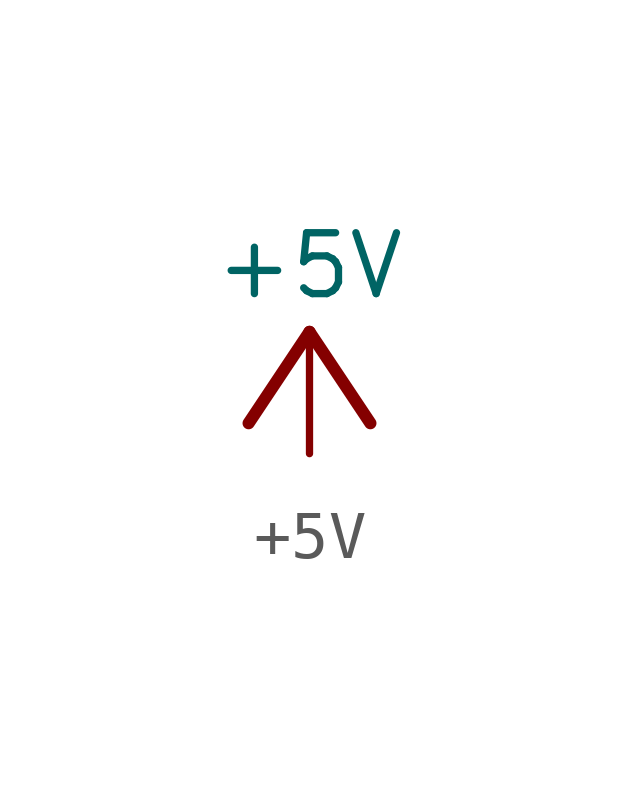
<source format=kicad_sym>
(kicad_symbol_lib
  (version 20241209)
  (generator "kicad_symbol_editor")
  (generator_version "9.0")
  (symbol "+5V"
    (power)
    (property "Reference" "#+5V"
      (at 0 0 0)
      (effects (font (size 1.27 1.27)) (hide yes)))
    (property "Value" "+5V"
      (at 0 0.635 0)
      (effects (font (size 1.27 1.27)) (justify bottom)))
    (property "ki_locked" ""
      (at 0 0 0)
      (effects (font (size 1.27 1.27))))
    (symbol "+5V_1_0"
      (polyline (pts (xy 0 0) (xy -1.27 -1.905)) (stroke (width 0.254) (type solid)) (fill (type none)))
      (polyline (pts (xy 1.27 -1.905) (xy 0 0)) (stroke (width 0.254) (type solid)) (fill (type none)))
      (pin power_in line (at 0 -2.54 90) (length 2.54) (name "+5V" (effects (font (size 0 0)))) (number "1" (effects (font (size 0 0))))))))
</source>
